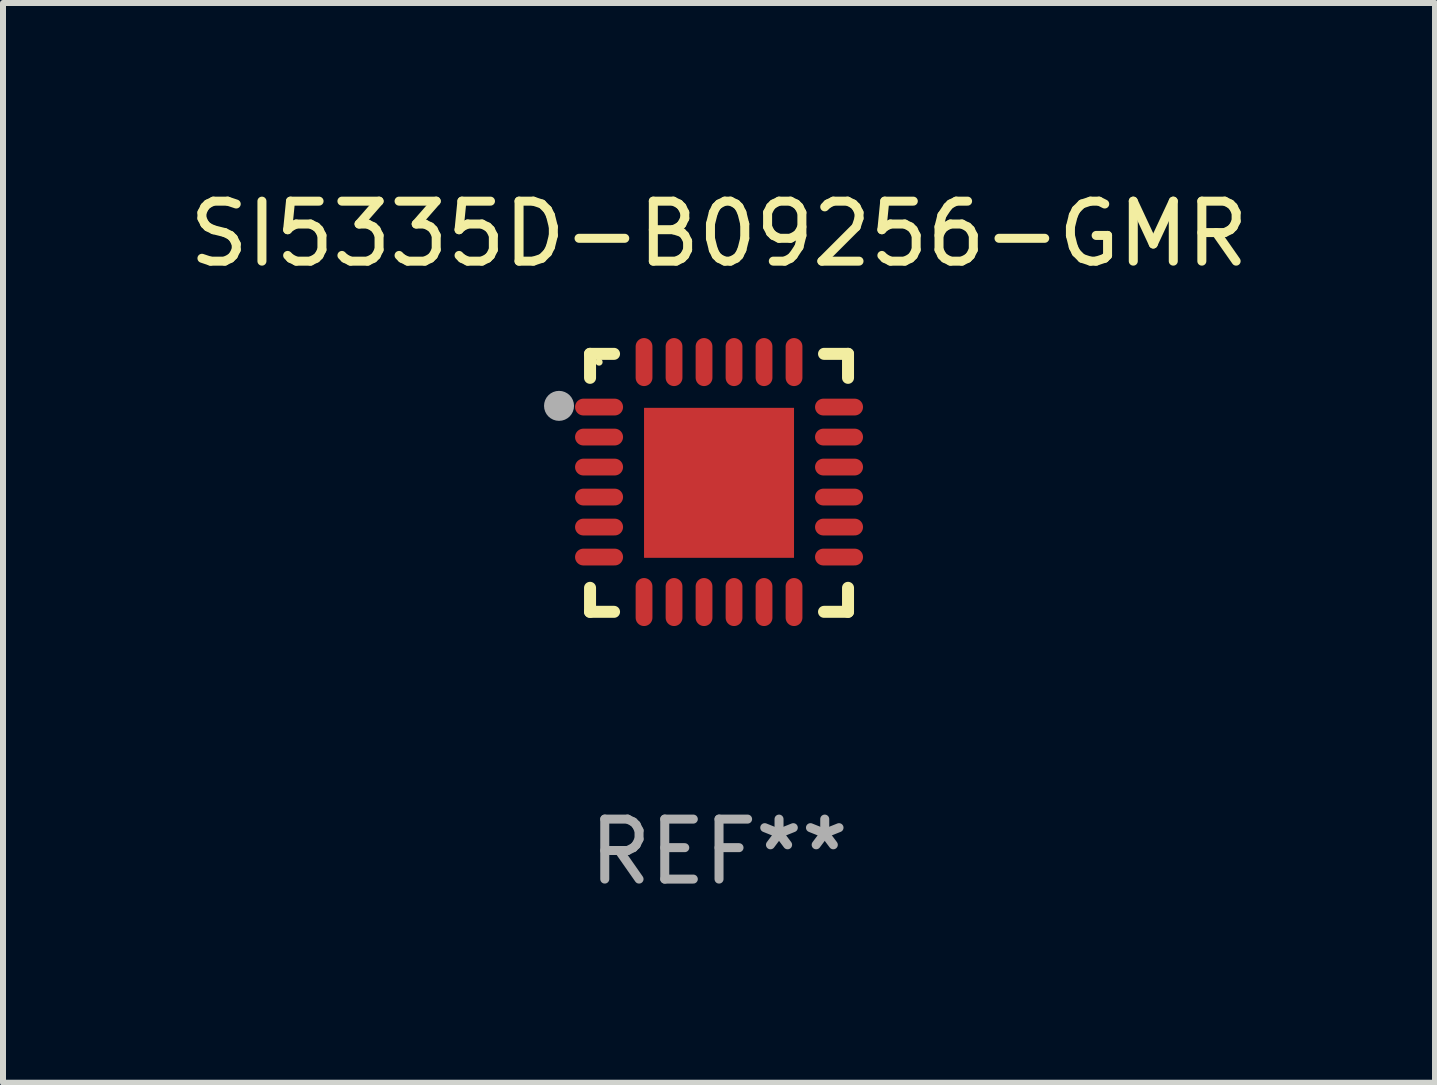
<source format=kicad_pcb>
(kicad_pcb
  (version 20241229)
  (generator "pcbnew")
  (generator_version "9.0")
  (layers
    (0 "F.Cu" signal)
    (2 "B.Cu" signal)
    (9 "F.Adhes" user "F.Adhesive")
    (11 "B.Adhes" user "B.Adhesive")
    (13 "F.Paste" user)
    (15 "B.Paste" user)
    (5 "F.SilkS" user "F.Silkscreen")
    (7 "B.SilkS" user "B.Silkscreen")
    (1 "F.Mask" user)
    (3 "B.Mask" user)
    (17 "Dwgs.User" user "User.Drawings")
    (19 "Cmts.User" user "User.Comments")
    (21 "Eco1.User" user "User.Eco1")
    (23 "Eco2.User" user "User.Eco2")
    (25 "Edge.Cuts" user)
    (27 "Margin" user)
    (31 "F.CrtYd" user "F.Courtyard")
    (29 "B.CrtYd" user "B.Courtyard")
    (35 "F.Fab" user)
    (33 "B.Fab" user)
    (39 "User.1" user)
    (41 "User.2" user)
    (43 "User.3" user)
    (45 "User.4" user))
  (footprint "SI5335D-B09256-GMR"
    (layer "F.Cu")
    (at 8.935 4.998)
    (property "Reference" "SI5335D-B09256-GMR" (at 0 -4.15 0) (layer "F.SilkS") (effects (font (size 1 1) (thickness 0.15))))
    (attr through_hole)
    (fp_line (start -2.15 -2.15) (end -1.75 -2.15) (stroke (width 0.2) (type solid)) (layer "F.SilkS"))
    (fp_line (start -2.15 -1.75) (end -2.15 -2.15) (stroke (width 0.2) (type solid)) (layer "F.SilkS"))
    (fp_line (start -2.15 2.15) (end -2.15 1.75) (stroke (width 0.2) (type solid)) (layer "F.SilkS"))
    (fp_line (start -1.75 2.15) (end -2.15 2.15) (stroke (width 0.2) (type solid)) (layer "F.SilkS"))
    (fp_line (start 1.75 -2.15) (end 2.15 -2.15) (stroke (width 0.2) (type solid)) (layer "F.SilkS"))
    (fp_line (start 1.75 2.15) (end 2.15 2.15) (stroke (width 0.2) (type solid)) (layer "F.SilkS"))
    (fp_line (start 2.15 -2.15) (end 2.15 -1.75) (stroke (width 0.2) (type solid)) (layer "F.SilkS"))
    (fp_line (start 2.15 2.15) (end 2.15 1.75) (stroke (width 0.2) (type solid)) (layer "F.SilkS"))
    (fp_circle (center -2 -2.013) (end -1.97 -2.013) (stroke (width 0.06) (type solid)) (fill no) (layer "F.SilkS"))
    (fp_circle (center -2.667 -1.283) (end -2.542 -1.283) (stroke (width 0.25) (type solid)) (fill no) (layer "F.Fab"))
    (fp_text user "REF**" (at 0 6.15 0) (layer "F.Fab") (effects (font (size 1 1) (thickness 0.15))))
    (pad "1" smd oval (at -2 -1.263) (size 0.8 0.28) (layers "F.Cu" "F.Mask" "F.Paste"))
    (pad "2" smd oval (at -2 -0.763) (size 0.8 0.28) (layers "F.Cu" "F.Mask" "F.Paste"))
    (pad "3" smd oval (at -2 -0.263) (size 0.8 0.28) (layers "F.Cu" "F.Mask" "F.Paste"))
    (pad "4" smd oval (at -2 0.237) (size 0.8 0.28) (layers "F.Cu" "F.Mask" "F.Paste"))
    (pad "5" smd oval (at -2 0.737) (size 0.8 0.28) (layers "F.Cu" "F.Mask" "F.Paste"))
    (pad "6" smd oval (at -2 1.237) (size 0.8 0.28) (layers "F.Cu" "F.Mask" "F.Paste"))
    (pad "7" smd oval (at -1.25 1.987) (size 0.28 0.8) (layers "F.Cu" "F.Mask" "F.Paste"))
    (pad "8" smd oval (at -0.75 1.987) (size 0.28 0.8) (layers "F.Cu" "F.Mask" "F.Paste"))
    (pad "9" smd oval (at -0.25 1.987) (size 0.28 0.8) (layers "F.Cu" "F.Mask" "F.Paste"))
    (pad "10" smd oval (at 0.25 1.987) (size 0.28 0.8) (layers "F.Cu" "F.Mask" "F.Paste"))
    (pad "11" smd oval (at 0.75 1.987) (size 0.28 0.8) (layers "F.Cu" "F.Mask" "F.Paste"))
    (pad "12" smd oval (at 1.25 1.987) (size 0.28 0.8) (layers "F.Cu" "F.Mask" "F.Paste"))
    (pad "13" smd oval (at 2 1.237) (size 0.8 0.28) (layers "F.Cu" "F.Mask" "F.Paste"))
    (pad "14" smd oval (at 2 0.737) (size 0.8 0.28) (layers "F.Cu" "F.Mask" "F.Paste"))
    (pad "15" smd oval (at 2 0.237) (size 0.8 0.28) (layers "F.Cu" "F.Mask" "F.Paste"))
    (pad "16" smd oval (at 2 -0.263) (size 0.8 0.28) (layers "F.Cu" "F.Mask" "F.Paste"))
    (pad "17" smd oval (at 2 -0.763) (size 0.8 0.28) (layers "F.Cu" "F.Mask" "F.Paste"))
    (pad "18" smd oval (at 2 -1.263) (size 0.8 0.28) (layers "F.Cu" "F.Mask" "F.Paste"))
    (pad "19" smd oval (at 1.25 -2.013) (size 0.28 0.8) (layers "F.Cu" "F.Mask" "F.Paste"))
    (pad "20" smd oval (at 0.75 -2.013) (size 0.28 0.8) (layers "F.Cu" "F.Mask" "F.Paste"))
    (pad "21" smd oval (at 0.25 -2.013) (size 0.28 0.8) (layers "F.Cu" "F.Mask" "F.Paste"))
    (pad "22" smd oval (at -0.25 -2.013) (size 0.28 0.8) (layers "F.Cu" "F.Mask" "F.Paste"))
    (pad "23" smd oval (at -0.75 -2.013) (size 0.28 0.8) (layers "F.Cu" "F.Mask" "F.Paste"))
    (pad "24" smd oval (at -1.25 -2.013) (size 0.28 0.8) (layers "F.Cu" "F.Mask" "F.Paste"))
    (pad "25" smd rect (at -0.000127 -0.00014) (size 2.5 2.5) (layers "F.Cu" "F.Mask" "F.Paste")))
  (gr_rect
    (start -3 -3)
    (end 20.869 14.997)
    (stroke (width 0.1) (type default))
    (fill no)
    (layer "Edge.Cuts")))
</source>
